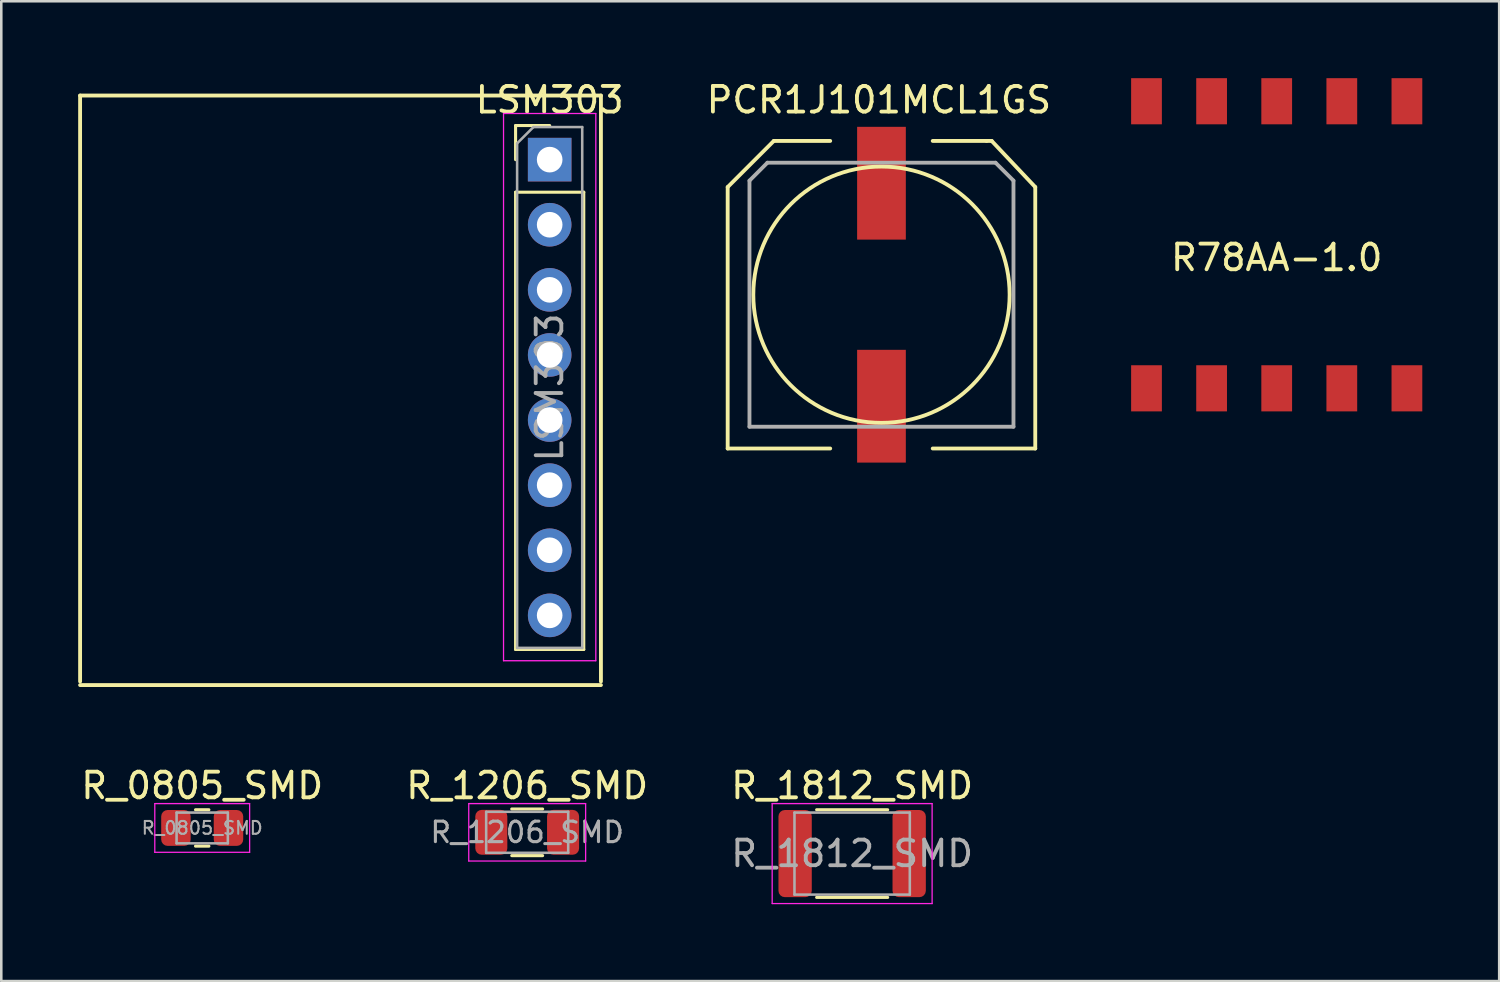
<source format=kicad_pcb>
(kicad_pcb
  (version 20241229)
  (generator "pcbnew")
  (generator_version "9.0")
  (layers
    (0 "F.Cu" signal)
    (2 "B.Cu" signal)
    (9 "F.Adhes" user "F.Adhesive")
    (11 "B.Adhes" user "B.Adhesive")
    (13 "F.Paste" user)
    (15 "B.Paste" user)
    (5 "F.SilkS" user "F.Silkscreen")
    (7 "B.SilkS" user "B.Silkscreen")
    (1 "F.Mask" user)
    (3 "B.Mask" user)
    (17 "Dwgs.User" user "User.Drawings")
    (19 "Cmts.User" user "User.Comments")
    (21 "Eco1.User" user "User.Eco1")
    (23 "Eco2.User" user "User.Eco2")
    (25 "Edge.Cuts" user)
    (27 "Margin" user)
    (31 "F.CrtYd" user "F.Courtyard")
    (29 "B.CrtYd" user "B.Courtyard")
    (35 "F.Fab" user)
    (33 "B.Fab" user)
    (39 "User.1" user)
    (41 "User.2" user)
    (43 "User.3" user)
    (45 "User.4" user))
  (footprint "R_0805_SMD"
    (layer "F.Cu")
    (at 4.839 29.252)
    (property "Reference" "R_0805_SMD" (at 0 -1.65 0) (layer "F.SilkS") (effects (font (size 1 1) (thickness 0.15))))
    (attr smd)
    (fp_line (start -0.261 -0.71) (end 0.261 -0.71) (stroke (width 0.12) (type solid)) (layer "F.SilkS"))
    (fp_line (start -0.261 0.71) (end 0.261 0.71) (stroke (width 0.12) (type solid)) (layer "F.SilkS"))
    (fp_line (start -1.85 -0.95) (end 1.85 -0.95) (stroke (width 0.05) (type solid)) (layer "F.CrtYd"))
    (fp_line (start -1.85 0.95) (end -1.85 -0.95) (stroke (width 0.05) (type solid)) (layer "F.CrtYd"))
    (fp_line (start 1.85 -0.95) (end 1.85 0.95) (stroke (width 0.05) (type solid)) (layer "F.CrtYd"))
    (fp_line (start 1.85 0.95) (end -1.85 0.95) (stroke (width 0.05) (type solid)) (layer "F.CrtYd"))
    (fp_line (start -1 -0.6) (end 1 -0.6) (stroke (width 0.1) (type solid)) (layer "F.Fab"))
    (fp_line (start -1 0.6) (end -1 -0.6) (stroke (width 0.1) (type solid)) (layer "F.Fab"))
    (fp_line (start 1 -0.6) (end 1 0.6) (stroke (width 0.1) (type solid)) (layer "F.Fab"))
    (fp_line (start 1 0.6) (end -1 0.6) (stroke (width 0.1) (type solid)) (layer "F.Fab"))
    (fp_text user "${REFERENCE}" (at 0 0 0) (layer "F.Fab") (effects (font (size 0.5 0.5) (thickness 0.08))))
    (pad "1" smd roundrect (at -1.025 0) (size 1.15 1.4) (layers "F.Cu" "F.Mask" "F.Paste") (roundrect_rratio 0.217))
    (pad "2" smd roundrect (at 1.025 0) (size 1.15 1.4) (layers "F.Cu" "F.Mask" "F.Paste") (roundrect_rratio 0.217)))
  (footprint "PCR1J101MCL1GS"
    (layer "F.Cu")
    (at 31.34 8.448)
    (property "Reference" "PCR1J101MCL1GS" (at -0.1 -7.6 0) (layer "F.SilkS") (effects (font (size 1 1) (thickness 0.15))))
    (attr through_hole)
    (fp_line (start -6 -4.2) (end -6 6) (stroke (width 0.15) (type solid)) (layer "F.SilkS"))
    (fp_line (start -6 -4.2) (end -4.2 -6) (stroke (width 0.15) (type solid)) (layer "F.SilkS"))
    (fp_line (start -6 6) (end -2 6) (stroke (width 0.15) (type solid)) (layer "F.SilkS"))
    (fp_line (start -4.2 -6) (end -2 -6) (stroke (width 0.15) (type solid)) (layer "F.SilkS"))
    (fp_line (start 2 6) (end 6 6) (stroke (width 0.15) (type solid)) (layer "F.SilkS"))
    (fp_line (start 4.1 -6) (end 2 -6) (stroke (width 0.15) (type solid)) (layer "F.SilkS"))
    (fp_line (start 4.3 -6) (end 4.1 -6) (stroke (width 0.15) (type solid)) (layer "F.SilkS"))
    (fp_line (start 6 -4.2) (end 4.3 -6) (stroke (width 0.15) (type solid)) (layer "F.SilkS"))
    (fp_line (start 6 6) (end 6 -4.2) (stroke (width 0.15) (type solid)) (layer "F.SilkS"))
    (fp_circle (center 0 0) (end 5 0) (stroke (width 0.15) (type solid)) (fill no) (layer "F.SilkS"))
    (fp_line (start -5.15 -4.45) (end -5.15 5.15) (stroke (width 0.15) (type solid)) (layer "F.Fab"))
    (fp_line (start -5.15 -4.45) (end -4.45 -5.15) (stroke (width 0.15) (type solid)) (layer "F.Fab"))
    (fp_line (start -5.15 5.15) (end 5.15 5.15) (stroke (width 0.15) (type solid)) (layer "F.Fab"))
    (fp_line (start 4.45 -5.15) (end -4.45 -5.15) (stroke (width 0.15) (type solid)) (layer "F.Fab"))
    (fp_line (start 5.15 -4.45) (end 4.45 -5.15) (stroke (width 0.15) (type solid)) (layer "F.Fab"))
    (fp_line (start 5.15 5.15) (end 5.15 -4.45) (stroke (width 0.15) (type solid)) (layer "F.Fab"))
    (pad "1" smd rect (at 0 -4.35) (size 1.9 4.4) (layers "F.Cu" "F.Mask" "F.Paste"))
    (pad "2" smd rect (at 0 4.35 180) (size 1.9 4.4) (layers "F.Cu" "F.Mask" "F.Paste")))
  (footprint "R78AA-1.0"
    (layer "F.Cu")
    (at 46.76 6.5)
    (property "Reference" "R78AA-1.0" (at 0 0.5 0) (layer "F.SilkS") (effects (font (size 1 1) (thickness 0.15))))
    (attr through_hole)
    (pad "1" smd rect (at -5.08 5.6) (size 1.2 1.8) (layers "F.Cu" "F.Mask" "F.Paste"))
    (pad "2" smd rect (at -2.54 5.6) (size 1.2 1.8) (layers "F.Cu" "F.Mask" "F.Paste"))
    (pad "3" smd rect (at 0 5.6) (size 1.2 1.8) (layers "F.Cu" "F.Mask" "F.Paste"))
    (pad "4" smd rect (at 2.54 5.6) (size 1.2 1.8) (layers "F.Cu" "F.Mask" "F.Paste"))
    (pad "5" smd rect (at 5.08 5.6) (size 1.2 1.8) (layers "F.Cu" "F.Mask" "F.Paste"))
    (pad "6" smd rect (at 5.08 -5.6 180) (size 1.2 1.8) (layers "F.Cu" "F.Mask" "F.Paste"))
    (pad "7" smd rect (at 2.54 -5.6 180) (size 1.2 1.8) (layers "F.Cu" "F.Mask" "F.Paste"))
    (pad "8" smd rect (at 0 -5.6 180) (size 1.2 1.8) (layers "F.Cu" "F.Mask" "F.Paste"))
    (pad "9" smd rect (at -2.54 -5.6 180) (size 1.2 1.8) (layers "F.Cu" "F.Mask" "F.Paste"))
    (pad "10" smd rect (at -5.08 -5.6 180) (size 1.2 1.8) (layers "F.Cu" "F.Mask" "F.Paste")))
  (footprint "R_1206_SMD"
    (layer "F.Cu")
    (at 17.518 29.422)
    (property "Reference" "R_1206_SMD" (at 0 -1.82 0) (layer "F.SilkS") (effects (font (size 1 1) (thickness 0.15))))
    (attr smd)
    (fp_line (start -0.602 -0.91) (end 0.602 -0.91) (stroke (width 0.12) (type solid)) (layer "F.SilkS"))
    (fp_line (start -0.602 0.91) (end 0.602 0.91) (stroke (width 0.12) (type solid)) (layer "F.SilkS"))
    (fp_line (start -2.28 -1.12) (end 2.28 -1.12) (stroke (width 0.05) (type solid)) (layer "F.CrtYd"))
    (fp_line (start -2.28 1.12) (end -2.28 -1.12) (stroke (width 0.05) (type solid)) (layer "F.CrtYd"))
    (fp_line (start 2.28 -1.12) (end 2.28 1.12) (stroke (width 0.05) (type solid)) (layer "F.CrtYd"))
    (fp_line (start 2.28 1.12) (end -2.28 1.12) (stroke (width 0.05) (type solid)) (layer "F.CrtYd"))
    (fp_line (start -1.6 -0.8) (end 1.6 -0.8) (stroke (width 0.1) (type solid)) (layer "F.Fab"))
    (fp_line (start -1.6 0.8) (end -1.6 -0.8) (stroke (width 0.1) (type solid)) (layer "F.Fab"))
    (fp_line (start 1.6 -0.8) (end 1.6 0.8) (stroke (width 0.1) (type solid)) (layer "F.Fab"))
    (fp_line (start 1.6 0.8) (end -1.6 0.8) (stroke (width 0.1) (type solid)) (layer "F.Fab"))
    (fp_text user "${REFERENCE}" (at 0 0 0) (layer "F.Fab") (effects (font (size 0.8 0.8) (thickness 0.12))))
    (pad "1" smd roundrect (at -1.4 0) (size 1.25 1.75) (layers "F.Cu" "F.Mask" "F.Paste") (roundrect_rratio 0.2))
    (pad "2" smd roundrect (at 1.4 0) (size 1.25 1.75) (layers "F.Cu" "F.Mask" "F.Paste") (roundrect_rratio 0.2)))
  (footprint "LSM303"
    (layer "F.Cu")
    (at 20.395 1.178)
    (property "Reference" "LSM303" (at -2 -0.33 0) (layer "F.SilkS") (effects (font (size 1 1) (thickness 0.15))))
    (attr through_hole)
    (fp_line (start -20.32 -0.5) (end -20.32 22.36) (stroke (width 0.15) (type solid)) (layer "F.SilkS"))
    (fp_line (start -20.32 -0.5) (end 0 -0.5) (stroke (width 0.15) (type solid)) (layer "F.SilkS"))
    (fp_line (start -20.32 22.5) (end 0 22.5) (stroke (width 0.15) (type solid)) (layer "F.SilkS"))
    (fp_line (start -3.33 0.67) (end -2 0.67) (stroke (width 0.12) (type solid)) (layer "F.SilkS"))
    (fp_line (start -3.33 2) (end -3.33 0.67) (stroke (width 0.12) (type solid)) (layer "F.SilkS"))
    (fp_line (start -3.33 3.27) (end -3.33 21.11) (stroke (width 0.12) (type solid)) (layer "F.SilkS"))
    (fp_line (start -3.33 3.27) (end -0.67 3.27) (stroke (width 0.12) (type solid)) (layer "F.SilkS"))
    (fp_line (start -3.33 21.11) (end -0.67 21.11) (stroke (width 0.12) (type solid)) (layer "F.SilkS"))
    (fp_line (start -0.67 3.27) (end -0.67 21.11) (stroke (width 0.12) (type solid)) (layer "F.SilkS"))
    (fp_line (start 0 -0.5) (end 0 22.36) (stroke (width 0.15) (type solid)) (layer "F.SilkS"))
    (fp_line (start -3.8 0.2) (end -3.8 21.55) (stroke (width 0.05) (type solid)) (layer "F.CrtYd"))
    (fp_line (start -3.8 21.55) (end -0.2 21.55) (stroke (width 0.05) (type solid)) (layer "F.CrtYd"))
    (fp_line (start -0.2 0.2) (end -3.8 0.2) (stroke (width 0.05) (type solid)) (layer "F.CrtYd"))
    (fp_line (start -0.2 21.55) (end -0.2 0.2) (stroke (width 0.05) (type solid)) (layer "F.CrtYd"))
    (fp_line (start -3.27 1.365) (end -2.635 0.73) (stroke (width 0.1) (type solid)) (layer "F.Fab"))
    (fp_line (start -3.27 21.05) (end -3.27 1.365) (stroke (width 0.1) (type solid)) (layer "F.Fab"))
    (fp_line (start -2.635 0.73) (end -0.73 0.73) (stroke (width 0.1) (type solid)) (layer "F.Fab"))
    (fp_line (start -0.73 0.73) (end -0.73 21.05) (stroke (width 0.1) (type solid)) (layer "F.Fab"))
    (fp_line (start -0.73 21.05) (end -3.27 21.05) (stroke (width 0.1) (type solid)) (layer "F.Fab"))
    (fp_text user "${REFERENCE}" (at -2 10.89 90) (layer "F.Fab") (effects (font (size 1 1) (thickness 0.15))))
    (pad "1" thru_hole rect (at -2 2) (size 1.7 1.7) (drill 1) (layers "*.Cu" "*.Mask"))
    (pad "2" thru_hole oval (at -2 4.54) (size 1.7 1.7) (drill 1) (layers "*.Cu" "*.Mask"))
    (pad "3" thru_hole oval (at -2 7.08) (size 1.7 1.7) (drill 1) (layers "*.Cu" "*.Mask"))
    (pad "4" thru_hole oval (at -2 9.62) (size 1.7 1.7) (drill 1) (layers "*.Cu" "*.Mask"))
    (pad "5" thru_hole oval (at -2 12.16) (size 1.7 1.7) (drill 1) (layers "*.Cu" "*.Mask"))
    (pad "6" thru_hole oval (at -2 14.7) (size 1.7 1.7) (drill 1) (layers "*.Cu" "*.Mask"))
    (pad "7" thru_hole oval (at -2 17.24) (size 1.7 1.7) (drill 1) (layers "*.Cu" "*.Mask"))
    (pad "8" thru_hole oval (at -2 19.78) (size 1.7 1.7) (drill 1) (layers "*.Cu" "*.Mask")))
  (footprint "R_1812_SMD"
    (layer "F.Cu")
    (at 30.196 30.252)
    (property "Reference" "R_1812_SMD" (at 0 -2.65 0) (layer "F.SilkS") (effects (font (size 1 1) (thickness 0.15))))
    (attr smd)
    (fp_line (start -1.386 -1.71) (end 1.386 -1.71) (stroke (width 0.12) (type solid)) (layer "F.SilkS"))
    (fp_line (start -1.386 1.71) (end 1.386 1.71) (stroke (width 0.12) (type solid)) (layer "F.SilkS"))
    (fp_line (start -3.12 -1.95) (end 3.12 -1.95) (stroke (width 0.05) (type solid)) (layer "F.CrtYd"))
    (fp_line (start -3.12 1.95) (end -3.12 -1.95) (stroke (width 0.05) (type solid)) (layer "F.CrtYd"))
    (fp_line (start 3.12 -1.95) (end 3.12 1.95) (stroke (width 0.05) (type solid)) (layer "F.CrtYd"))
    (fp_line (start 3.12 1.95) (end -3.12 1.95) (stroke (width 0.05) (type solid)) (layer "F.CrtYd"))
    (fp_line (start -2.25 -1.6) (end 2.25 -1.6) (stroke (width 0.1) (type solid)) (layer "F.Fab"))
    (fp_line (start -2.25 1.6) (end -2.25 -1.6) (stroke (width 0.1) (type solid)) (layer "F.Fab"))
    (fp_line (start 2.25 -1.6) (end 2.25 1.6) (stroke (width 0.1) (type solid)) (layer "F.Fab"))
    (fp_line (start 2.25 1.6) (end -2.25 1.6) (stroke (width 0.1) (type solid)) (layer "F.Fab"))
    (fp_text user "${REFERENCE}" (at 0 0 0) (layer "F.Fab") (effects (font (size 1 1) (thickness 0.15))))
    (pad "1" smd roundrect (at -2.225 0) (size 1.3 3.4) (layers "F.Cu" "F.Mask" "F.Paste") (roundrect_rratio 0.192))
    (pad "2" smd roundrect (at 2.225 0) (size 1.3 3.4) (layers "F.Cu" "F.Mask" "F.Paste") (roundrect_rratio 0.192)))
  (gr_rect
    (start -3 -3)
    (end 55.44 35.227)
    (stroke (width 0.1) (type default))
    (fill no)
    (layer "Edge.Cuts")))
</source>
